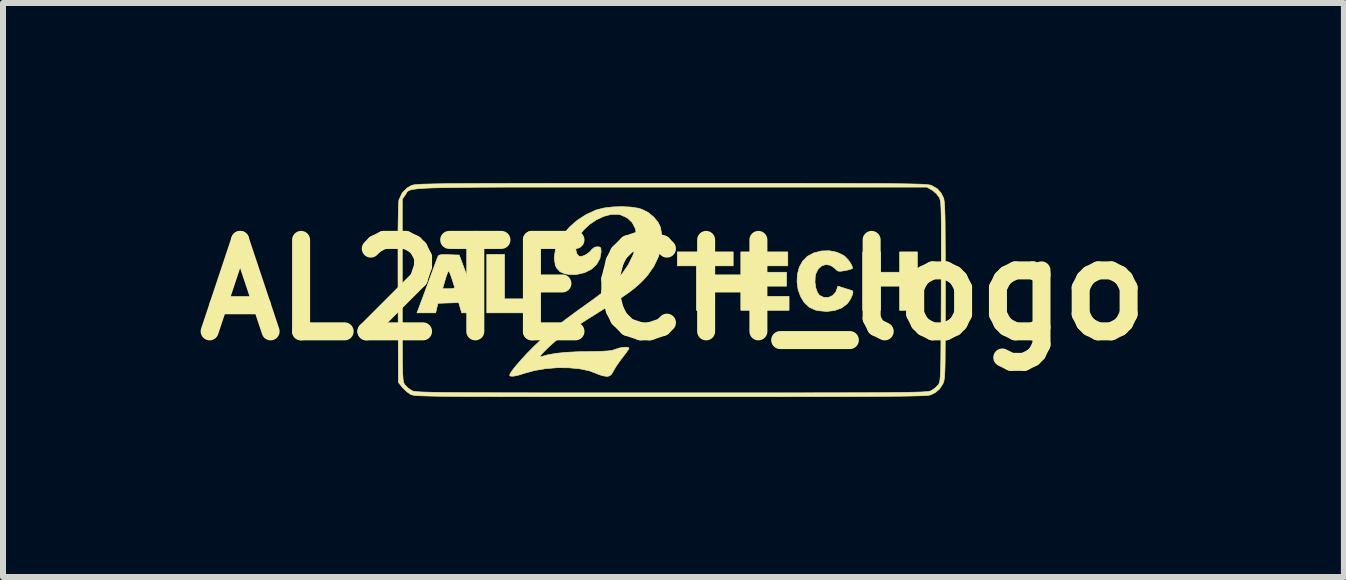
<source format=kicad_pcb>
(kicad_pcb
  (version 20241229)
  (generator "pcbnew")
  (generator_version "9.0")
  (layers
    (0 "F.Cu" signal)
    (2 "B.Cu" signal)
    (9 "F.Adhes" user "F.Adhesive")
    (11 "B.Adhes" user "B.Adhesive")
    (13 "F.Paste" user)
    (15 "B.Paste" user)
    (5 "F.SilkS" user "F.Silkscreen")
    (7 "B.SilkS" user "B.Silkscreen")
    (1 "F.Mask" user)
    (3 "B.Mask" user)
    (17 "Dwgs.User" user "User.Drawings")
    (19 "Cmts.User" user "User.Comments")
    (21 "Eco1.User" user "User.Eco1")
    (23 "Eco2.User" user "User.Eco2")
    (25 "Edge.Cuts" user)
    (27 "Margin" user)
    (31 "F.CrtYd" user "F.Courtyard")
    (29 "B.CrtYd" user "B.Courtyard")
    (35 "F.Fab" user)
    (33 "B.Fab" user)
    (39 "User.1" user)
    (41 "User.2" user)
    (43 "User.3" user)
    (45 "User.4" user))
  (footprint "AL2TECH_logo"
    (layer "F.Cu")
    (at 8.172 1.782)
    (property "Reference" "AL2TECH_logo" (at 0 0 0) (layer "F.SilkS") (effects (font (size 1.524 1.524) (thickness 0.3))))
    (attr exclude_from_pos_files exclude_from_bom)
    (fp_poly (pts (xy -2.815 0.148) (xy -2.349 0.148) (xy -2.349 0.381) (xy -3.111 0.381) (xy -3.111 -0.593) (xy -2.815 -0.593) (xy -2.815 0.148)) (stroke (width 0.01) (type solid)) (fill yes) (layer "F.SilkS"))
    (fp_poly (pts (xy 0.995 -0.402) (xy 0.677 -0.402) (xy 0.677 0.339) (xy 0.381 0.339) (xy 0.381 -0.402) (xy 0.064 -0.402) (xy 0.064 -0.635) (xy 0.995 -0.635) (xy 0.995 -0.402)) (stroke (width 0.01) (type solid)) (fill yes) (layer "F.SilkS"))
    (fp_poly (pts (xy 1.905 -0.402) (xy 1.418 -0.402) (xy 1.418 -0.296) (xy 1.884 -0.296) (xy 1.884 -0.064) (xy 1.418 -0.064) (xy 1.418 0.106) (xy 1.926 0.106) (xy 1.926 0.339) (xy 1.122 0.339) (xy 1.122 -0.635) (xy 1.905 -0.635) (xy 1.905 -0.402)) (stroke (width 0.01) (type solid)) (fill yes) (layer "F.SilkS"))
    (fp_poly (pts (xy 3.45 -0.296) (xy 3.768 -0.296) (xy 3.768 -0.635) (xy 4.064 -0.635) (xy 4.064 0.339) (xy 3.768 0.339) (xy 3.768 -0.064) (xy 3.45 -0.064) (xy 3.45 0.339) (xy 3.154 0.339) (xy 3.154 -0.635) (xy 3.45 -0.635) (xy 3.45 -0.296)) (stroke (width 0.01) (type solid)) (fill yes) (layer "F.SilkS"))
    (fp_poly (pts (xy -3.758 -0.589) (xy -3.74 -0.588) (xy -3.57 -0.582) (xy -3.404 -0.138) (xy -3.356 -0.007) (xy -3.312 0.112) (xy -3.274 0.213) (xy -3.246 0.289) (xy -3.23 0.335) (xy -3.227 0.344) (xy -3.225 0.363) (xy -3.24 0.374) (xy -3.28 0.379) (xy -3.352 0.381) (xy -3.371 0.381) (xy -3.528 0.381) (xy -3.554 0.295) (xy -3.579 0.21) (xy -3.752 0.216) (xy -3.925 0.222) (xy -3.944 0.302) (xy -3.962 0.381) (xy -4.275 0.381) (xy -4.252 0.323) (xy -4.238 0.285) (xy -4.212 0.215) (xy -4.176 0.12) (xy -4.134 0.006) (xy -4.124 -0.021) (xy -3.847 -0.021) (xy -3.742 -0.021) (xy -3.676 -0.025) (xy -3.647 -0.036) (xy -3.646 -0.048) (xy -3.658 -0.081) (xy -3.677 -0.141) (xy -3.695 -0.196) (xy -3.717 -0.26) (xy -3.737 -0.304) (xy -3.747 -0.318) (xy -3.759 -0.299) (xy -3.779 -0.249) (xy -3.801 -0.179) (xy -3.804 -0.169) (xy -3.847 -0.021) (xy -4.124 -0.021) (xy -4.088 -0.118) (xy -4.085 -0.127) (xy -4.04 -0.25) (xy -3.999 -0.361) (xy -3.965 -0.453) (xy -3.94 -0.52) (xy -3.926 -0.555) (xy -3.926 -0.556) (xy -3.913 -0.575) (xy -3.886 -0.586) (xy -3.838 -0.59) (xy -3.758 -0.589)) (stroke (width 0.01) (type solid)) (fill yes) (layer "F.SilkS"))
    (fp_poly (pts (xy 2.723 -0.629) (xy 2.832 -0.577) (xy 2.858 -0.558) (xy 2.909 -0.505) (xy 2.953 -0.443) (xy 2.98 -0.387) (xy 2.985 -0.364) (xy 2.966 -0.351) (xy 2.916 -0.335) (xy 2.863 -0.324) (xy 2.794 -0.313) (xy 2.752 -0.313) (xy 2.722 -0.327) (xy 2.688 -0.36) (xy 2.686 -0.363) (xy 2.616 -0.412) (xy 2.542 -0.424) (xy 2.472 -0.403) (xy 2.412 -0.35) (xy 2.372 -0.27) (xy 2.362 -0.225) (xy 2.358 -0.128) (xy 2.372 -0.033) (xy 2.401 0.046) (xy 2.435 0.09) (xy 2.507 0.124) (xy 2.584 0.124) (xy 2.654 0.091) (xy 2.705 0.032) (xy 2.722 -0.01) (xy 2.733 -0.05) (xy 2.74 -0.064) (xy 2.76 -0.058) (xy 2.809 -0.042) (xy 2.848 -0.03) (xy 2.914 -0.009) (xy 2.964 0.007) (xy 2.98 0.012) (xy 2.991 0.034) (xy 2.981 0.08) (xy 2.956 0.138) (xy 2.92 0.197) (xy 2.894 0.23) (xy 2.803 0.299) (xy 2.686 0.342) (xy 2.552 0.358) (xy 2.409 0.344) (xy 2.363 0.334) (xy 2.261 0.287) (xy 2.179 0.209) (xy 2.117 0.107) (xy 2.076 -0.009) (xy 2.059 -0.134) (xy 2.065 -0.26) (xy 2.096 -0.379) (xy 2.154 -0.483) (xy 2.228 -0.558) (xy 2.338 -0.618) (xy 2.465 -0.65) (xy 2.597 -0.654) (xy 2.723 -0.629)) (stroke (width 0.01) (type solid)) (fill yes) (layer "F.SilkS"))
    (fp_poly (pts (xy -0.713 -1.382) (xy -0.584 -1.362) (xy -0.531 -1.346) (xy -0.424 -1.293) (xy -0.328 -1.215) (xy -0.254 -1.124) (xy -0.216 -1.042) (xy -0.191 -0.889) (xy -0.203 -0.725) (xy -0.249 -0.558) (xy -0.327 -0.394) (xy -0.436 -0.239) (xy -0.468 -0.203) (xy -0.525 -0.143) (xy -0.584 -0.087) (xy -0.65 -0.03) (xy -0.728 0.03) (xy -0.823 0.097) (xy -0.939 0.174) (xy -1.082 0.266) (xy -1.255 0.375) (xy -1.281 0.392) (xy -1.416 0.476) (xy -1.547 0.56) (xy -1.667 0.637) (xy -1.769 0.705) (xy -1.847 0.758) (xy -1.884 0.784) (xy -1.948 0.834) (xy -2.016 0.893) (xy -2.083 0.955) (xy -2.143 1.013) (xy -2.191 1.063) (xy -2.22 1.099) (xy -2.226 1.116) (xy -2.218 1.115) (xy -2.098 1.081) (xy -1.958 1.056) (xy -1.791 1.039) (xy -1.593 1.029) (xy -1.45 1.027) (xy -1.3 1.025) (xy -1.186 1.021) (xy -1.101 1.016) (xy -1.039 1.009) (xy -0.993 0.998) (xy -0.966 0.988) (xy -0.903 0.967) (xy -0.838 0.955) (xy -0.781 0.953) (xy -0.746 0.961) (xy -0.741 0.97) (xy -0.753 0.994) (xy -0.786 1.041) (xy -0.832 1.102) (xy -0.841 1.113) (xy -0.9 1.192) (xy -0.956 1.274) (xy -0.995 1.339) (xy -1.029 1.399) (xy -1.059 1.428) (xy -1.096 1.439) (xy -1.117 1.439) (xy -1.18 1.429) (xy -1.253 1.405) (xy -1.275 1.395) (xy -1.405 1.346) (xy -1.564 1.313) (xy -1.745 1.296) (xy -1.937 1.295) (xy -2.132 1.311) (xy -2.32 1.343) (xy -2.48 1.387) (xy -2.589 1.421) (xy -2.67 1.437) (xy -2.718 1.435) (xy -2.731 1.42) (xy -2.716 1.385) (xy -2.675 1.326) (xy -2.612 1.248) (xy -2.532 1.157) (xy -2.439 1.056) (xy -2.337 0.952) (xy -2.304 0.92) (xy -2.196 0.819) (xy -2.081 0.717) (xy -1.952 0.611) (xy -1.804 0.497) (xy -1.633 0.37) (xy -1.433 0.227) (xy -1.352 0.169) (xy -1.149 0.017) (xy -0.984 -0.13) (xy -0.852 -0.276) (xy -0.75 -0.425) (xy -0.674 -0.582) (xy -0.666 -0.603) (xy -0.623 -0.758) (xy -0.613 -0.899) (xy -0.635 -1.022) (xy -0.688 -1.125) (xy -0.77 -1.202) (xy -0.879 -1.251) (xy -0.925 -1.261) (xy -1.036 -1.26) (xy -1.159 -1.228) (xy -1.284 -1.17) (xy -1.4 -1.092) (xy -1.499 -0.998) (xy -1.539 -0.946) (xy -1.588 -0.854) (xy -1.618 -0.762) (xy -1.627 -0.678) (xy -1.615 -0.611) (xy -1.581 -0.568) (xy -1.565 -0.56) (xy -1.516 -0.563) (xy -1.455 -0.59) (xy -1.397 -0.633) (xy -1.36 -0.676) (xy -1.314 -0.713) (xy -1.27 -0.72) (xy -1.229 -0.716) (xy -1.211 -0.698) (xy -1.207 -0.654) (xy -1.206 -0.634) (xy -1.226 -0.523) (xy -1.282 -0.425) (xy -1.368 -0.346) (xy -1.48 -0.289) (xy -1.612 -0.259) (xy -1.683 -0.255) (xy -1.803 -0.267) (xy -1.891 -0.305) (xy -1.95 -0.37) (xy -1.969 -0.414) (xy -1.987 -0.535) (xy -1.969 -0.663) (xy -1.918 -0.795) (xy -1.837 -0.926) (xy -1.731 -1.049) (xy -1.603 -1.161) (xy -1.457 -1.256) (xy -1.296 -1.33) (xy -1.274 -1.337) (xy -1.155 -1.367) (xy -1.012 -1.384) (xy -0.86 -1.389) (xy -0.713 -1.382)) (stroke (width 0.01) (type solid)) (fill yes) (layer "F.SilkS"))
    (fp_poly (pts (xy 0.468 -1.777) (xy 0.927 -1.777) (xy 1.347 -1.777) (xy 1.73 -1.777) (xy 2.078 -1.777) (xy 2.392 -1.776) (xy 2.675 -1.776) (xy 2.927 -1.775) (xy 3.151 -1.774) (xy 3.349 -1.774) (xy 3.522 -1.773) (xy 3.671 -1.771) (xy 3.8 -1.77) (xy 3.909 -1.768) (xy 4 -1.766) (xy 4.075 -1.764) (xy 4.136 -1.762) (xy 4.185 -1.759) (xy 4.223 -1.756) (xy 4.251 -1.753) (xy 4.273 -1.749) (xy 4.289 -1.745) (xy 4.302 -1.741) (xy 4.307 -1.738) (xy 4.395 -1.687) (xy 4.456 -1.62) (xy 4.497 -1.54) (xy 4.504 -1.52) (xy 4.509 -1.492) (xy 4.514 -1.452) (xy 4.518 -1.398) (xy 4.521 -1.327) (xy 4.524 -1.235) (xy 4.526 -1.12) (xy 4.527 -0.978) (xy 4.528 -0.807) (xy 4.529 -0.604) (xy 4.529 -0.365) (xy 4.53 -0.088) (xy 4.53 0.011) (xy 4.53 0.297) (xy 4.529 0.543) (xy 4.529 0.754) (xy 4.528 0.931) (xy 4.527 1.079) (xy 4.526 1.199) (xy 4.524 1.296) (xy 4.521 1.372) (xy 4.518 1.431) (xy 4.513 1.475) (xy 4.508 1.507) (xy 4.502 1.531) (xy 4.495 1.55) (xy 4.49 1.562) (xy 4.433 1.65) (xy 4.362 1.71) (xy 4.291 1.745) (xy 4.279 1.749) (xy 4.259 1.753) (xy 4.231 1.756) (xy 4.192 1.759) (xy 4.142 1.762) (xy 4.077 1.764) (xy 3.996 1.766) (xy 3.899 1.768) (xy 3.782 1.77) (xy 3.645 1.771) (xy 3.485 1.773) (xy 3.302 1.774) (xy 3.092 1.775) (xy 2.855 1.776) (xy 2.588 1.776) (xy 2.291 1.777) (xy 1.961 1.777) (xy 1.596 1.778) (xy 1.196 1.778) (xy 0.757 1.778) (xy 0.279 1.778) (xy -0.047 1.778) (xy -0.547 1.778) (xy -1.006 1.778) (xy -1.427 1.778) (xy -1.81 1.778) (xy -2.158 1.777) (xy -2.472 1.777) (xy -2.755 1.777) (xy -3.007 1.776) (xy -3.232 1.775) (xy -3.429 1.775) (xy -3.602 1.774) (xy -3.751 1.772) (xy -3.88 1.771) (xy -3.989 1.769) (xy -4.079 1.767) (xy -4.154 1.765) (xy -4.215 1.763) (xy -4.263 1.76) (xy -4.3 1.757) (xy -4.328 1.754) (xy -4.349 1.75) (xy -4.364 1.746) (xy -4.375 1.742) (xy -4.381 1.739) (xy -4.441 1.697) (xy -4.502 1.639) (xy -4.519 1.62) (xy -4.583 1.541) (xy -4.589 0.056) (xy -4.59 -0.284) (xy -4.59 -0.582) (xy -4.59 -0.839) (xy -4.589 -1.053) (xy -4.586 -1.226) (xy -4.583 -1.358) (xy -4.579 -1.449) (xy -4.575 -1.499) (xy -4.573 -1.505) (xy -4.569 -1.513) (xy -4.519 -1.513) (xy -4.519 0.004) (xy -4.519 0.294) (xy -4.519 0.544) (xy -4.519 0.758) (xy -4.518 0.939) (xy -4.517 1.089) (xy -4.516 1.213) (xy -4.514 1.311) (xy -4.512 1.389) (xy -4.508 1.448) (xy -4.505 1.492) (xy -4.5 1.524) (xy -4.494 1.546) (xy -4.487 1.562) (xy -4.48 1.575) (xy -4.475 1.581) (xy -4.425 1.632) (xy -4.363 1.675) (xy -4.359 1.677) (xy -4.349 1.682) (xy -4.335 1.686) (xy -4.315 1.689) (xy -4.288 1.693) (xy -4.252 1.696) (xy -4.206 1.699) (xy -4.147 1.701) (xy -4.073 1.703) (xy -3.984 1.705) (xy -3.877 1.707) (xy -3.75 1.708) (xy -3.602 1.71) (xy -3.431 1.711) (xy -3.236 1.712) (xy -3.014 1.712) (xy -2.763 1.713) (xy -2.483 1.713) (xy -2.171 1.714) (xy -1.825 1.714) (xy -1.445 1.714) (xy -1.027 1.714) (xy -0.571 1.714) (xy -0.074 1.714) (xy -0.032 1.714) (xy 0.468 1.714) (xy 0.928 1.714) (xy 1.349 1.714) (xy 1.732 1.714) (xy 2.081 1.714) (xy 2.395 1.713) (xy 2.678 1.713) (xy 2.931 1.712) (xy 3.155 1.712) (xy 3.353 1.711) (xy 3.526 1.71) (xy 3.675 1.708) (xy 3.804 1.707) (xy 3.912 1.705) (xy 4.003 1.703) (xy 4.078 1.701) (xy 4.138 1.699) (xy 4.186 1.696) (xy 4.222 1.693) (xy 4.25 1.69) (xy 4.27 1.686) (xy 4.284 1.682) (xy 4.295 1.678) (xy 4.295 1.677) (xy 4.357 1.636) (xy 4.409 1.584) (xy 4.412 1.581) (xy 4.42 1.568) (xy 4.427 1.554) (xy 4.434 1.535) (xy 4.439 1.508) (xy 4.443 1.47) (xy 4.447 1.417) (xy 4.45 1.348) (xy 4.453 1.259) (xy 4.455 1.146) (xy 4.456 1.008) (xy 4.457 0.84) (xy 4.459 0.64) (xy 4.46 0.405) (xy 4.461 0.132) (xy 4.461 0.025) (xy 4.462 -0.263) (xy 4.463 -0.512) (xy 4.463 -0.725) (xy 4.463 -0.905) (xy 4.463 -1.054) (xy 4.462 -1.177) (xy 4.46 -1.275) (xy 4.458 -1.353) (xy 4.455 -1.412) (xy 4.451 -1.457) (xy 4.446 -1.489) (xy 4.44 -1.514) (xy 4.434 -1.532) (xy 4.427 -1.545) (xy 4.382 -1.604) (xy 4.321 -1.657) (xy 4.305 -1.667) (xy 4.223 -1.714) (xy -0.029 -1.714) (xy -0.534 -1.714) (xy -0.999 -1.714) (xy -1.425 -1.714) (xy -1.814 -1.714) (xy -2.168 -1.714) (xy -2.488 -1.714) (xy -2.776 -1.714) (xy -3.033 -1.713) (xy -3.262 -1.712) (xy -3.465 -1.71) (xy -3.642 -1.708) (xy -3.796 -1.706) (xy -3.928 -1.703) (xy -4.04 -1.7) (xy -4.135 -1.696) (xy -4.212 -1.691) (xy -4.275 -1.685) (xy -4.325 -1.679) (xy -4.364 -1.672) (xy -4.393 -1.663) (xy -4.414 -1.654) (xy -4.429 -1.644) (xy -4.44 -1.633) (xy -4.448 -1.621) (xy -4.455 -1.607) (xy -4.463 -1.593) (xy -4.472 -1.58) (xy -4.519 -1.513) (xy -4.569 -1.513) (xy -4.52 -1.618) (xy -4.435 -1.702) (xy -4.373 -1.738) (xy -4.361 -1.742) (xy -4.347 -1.747) (xy -4.329 -1.751) (xy -4.305 -1.754) (xy -4.273 -1.757) (xy -4.231 -1.76) (xy -4.178 -1.763) (xy -4.111 -1.765) (xy -4.03 -1.767) (xy -3.932 -1.769) (xy -3.816 -1.771) (xy -3.679 -1.772) (xy -3.521 -1.773) (xy -3.339 -1.774) (xy -3.131 -1.775) (xy -2.896 -1.775) (xy -2.633 -1.776) (xy -2.338 -1.776) (xy -2.012 -1.777) (xy -1.65 -1.777) (xy -1.253 -1.777) (xy -0.819 -1.777) (xy -0.344 -1.777) (xy -0.032 -1.777) (xy 0.468 -1.777)) (stroke (width 0.01) (type solid)) (fill yes) (layer "F.SilkS")))
  (gr_rect
    (start -3 -3)
    (end 19.343 6.565)
    (stroke (width 0.1) (type default))
    (fill no)
    (layer "Edge.Cuts")))
</source>
